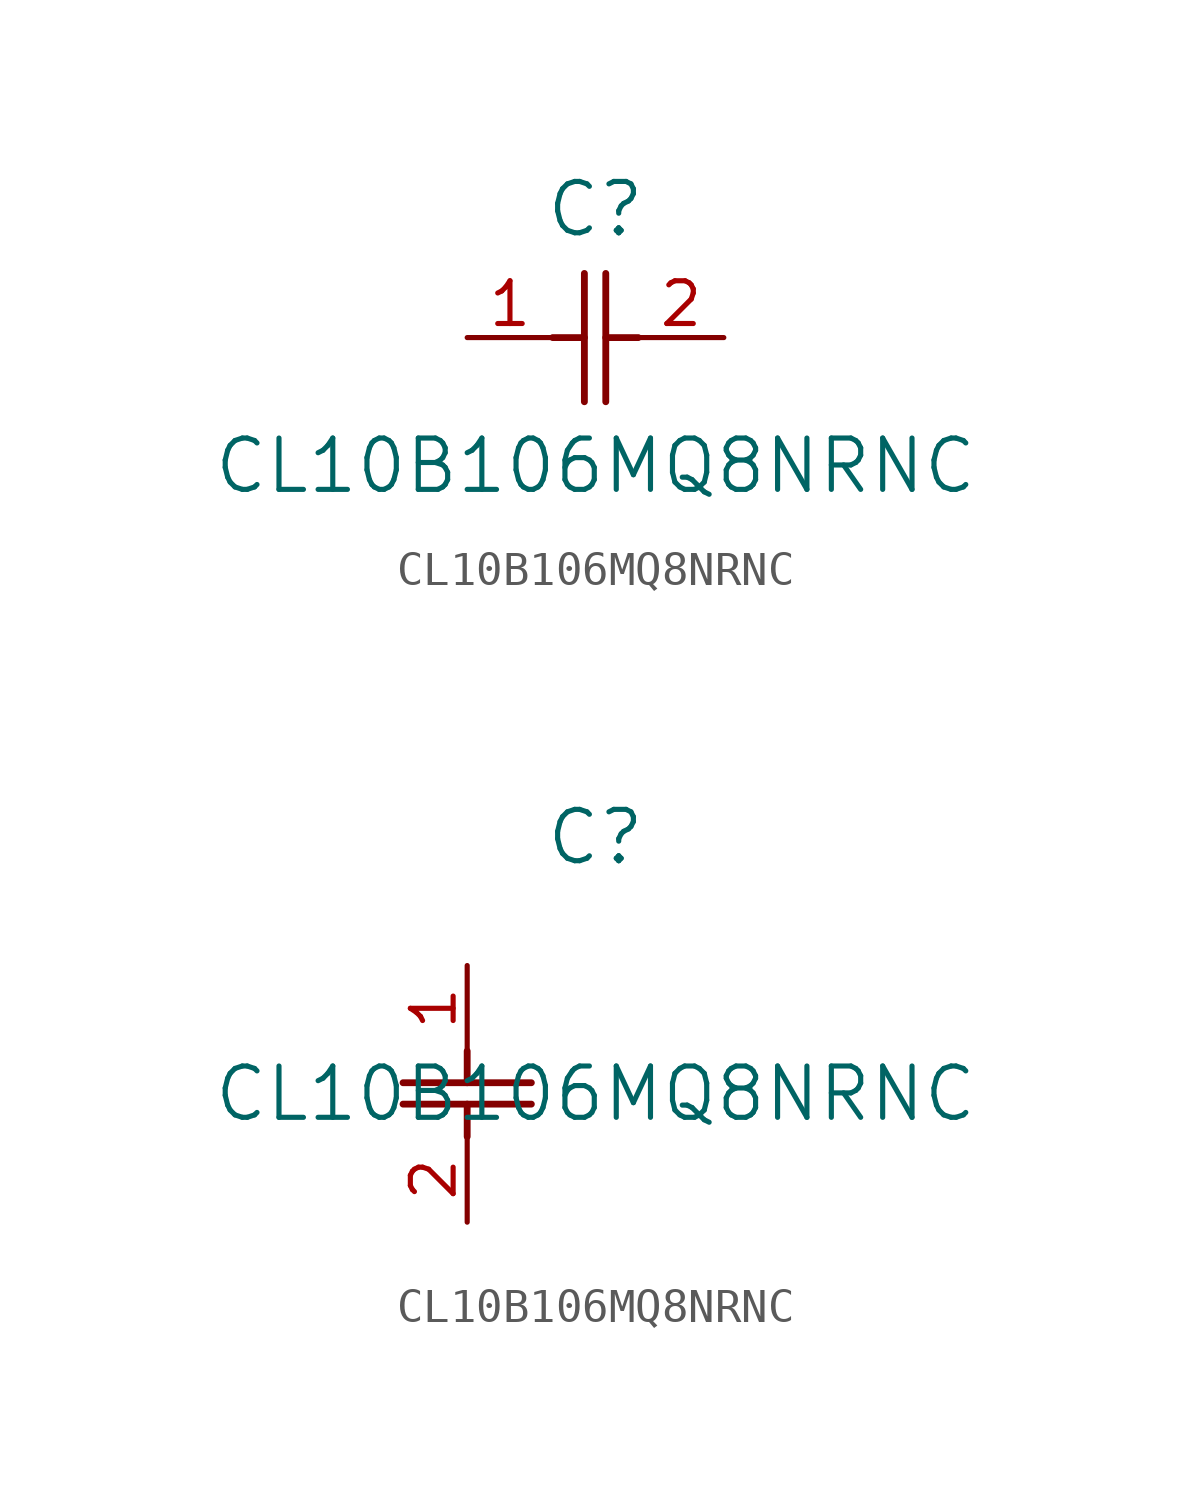
<source format=kicad_sym>
(kicad_symbol_lib
  (version 20211014)
  (generator kicad_symbol_editor)
  (symbol "CL10B106MQ8NRNC"
    (pin_names
      (offset 0.254))
    (property "Reference" "C"
      (at 3.81 3.81 0)
      (effects (font (size 1.524 1.524))))
    (property "Value" "CL10B106MQ8NRNC"
      (at 3.81 -3.81 0)
      (effects (font (size 1.524 1.524))))
    (symbol "CL10B106MQ8NRNC_1_1"
      (polyline (pts (xy 3.48 -1.905) (xy 3.48 1.905)) (stroke (width 0.203) (type default) (color 0 0 0 0)) (fill (type none)))
      (polyline (pts (xy 4.115 -1.905) (xy 4.115 1.905)) (stroke (width 0.203) (type default) (color 0 0 0 0)) (fill (type none)))
      (polyline (pts (xy 4.115 0) (xy 5.08 0)) (stroke (width 0.203) (type default) (color 0 0 0 0)) (fill (type none)))
      (polyline (pts (xy 2.54 0) (xy 3.48 0)) (stroke (width 0.203) (type default) (color 0 0 0 0)) (fill (type none)))
      (pin unspecified line (at 0 0 0) (length 2.54) (name "" (effects (font (size 1.27 1.27)))) (number "1" (effects (font (size 1.27 1.27)))))
      (pin unspecified line (at 7.62 0 180) (length 2.54) (name "" (effects (font (size 1.27 1.27)))) (number "2" (effects (font (size 1.27 1.27))))))
    (symbol "CL10B106MQ8NRNC_1_2"
      (polyline (pts (xy -1.905 -3.48) (xy 1.905 -3.48)) (stroke (width 0.203) (type default) (color 0 0 0 0)) (fill (type none)))
      (polyline (pts (xy -1.905 -4.115) (xy 1.905 -4.115)) (stroke (width 0.203) (type default) (color 0 0 0 0)) (fill (type none)))
      (polyline (pts (xy 0 -4.115) (xy 0 -5.08)) (stroke (width 0.203) (type default) (color 0 0 0 0)) (fill (type none)))
      (polyline (pts (xy 0 -2.54) (xy 0 -3.48)) (stroke (width 0.203) (type default) (color 0 0 0 0)) (fill (type none)))
      (pin unspecified line (at 0 0 270) (length 2.54) (name "" (effects (font (size 1.27 1.27)))) (number "1" (effects (font (size 1.27 1.27)))))
      (pin unspecified line (at 0 -7.62 90) (length 2.54) (name "" (effects (font (size 1.27 1.27)))) (number "2" (effects (font (size 1.27 1.27))))))))
</source>
